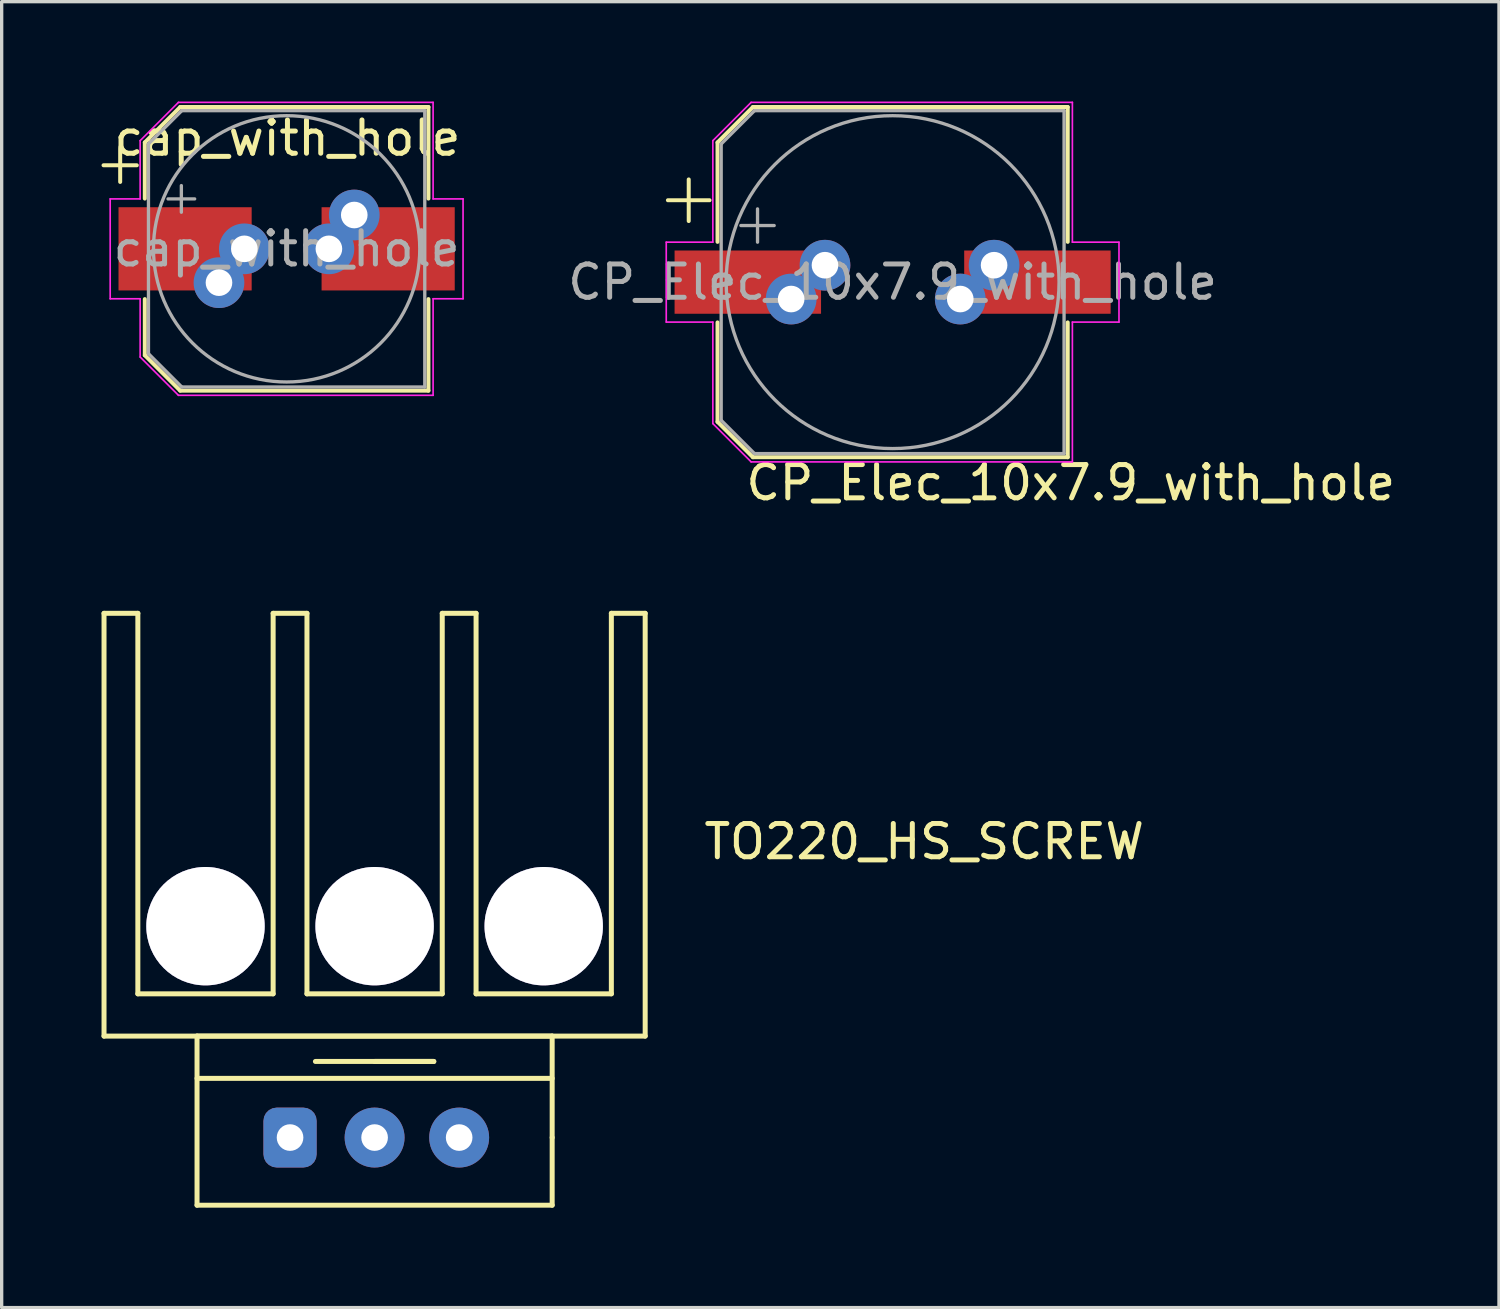
<source format=kicad_pcb>
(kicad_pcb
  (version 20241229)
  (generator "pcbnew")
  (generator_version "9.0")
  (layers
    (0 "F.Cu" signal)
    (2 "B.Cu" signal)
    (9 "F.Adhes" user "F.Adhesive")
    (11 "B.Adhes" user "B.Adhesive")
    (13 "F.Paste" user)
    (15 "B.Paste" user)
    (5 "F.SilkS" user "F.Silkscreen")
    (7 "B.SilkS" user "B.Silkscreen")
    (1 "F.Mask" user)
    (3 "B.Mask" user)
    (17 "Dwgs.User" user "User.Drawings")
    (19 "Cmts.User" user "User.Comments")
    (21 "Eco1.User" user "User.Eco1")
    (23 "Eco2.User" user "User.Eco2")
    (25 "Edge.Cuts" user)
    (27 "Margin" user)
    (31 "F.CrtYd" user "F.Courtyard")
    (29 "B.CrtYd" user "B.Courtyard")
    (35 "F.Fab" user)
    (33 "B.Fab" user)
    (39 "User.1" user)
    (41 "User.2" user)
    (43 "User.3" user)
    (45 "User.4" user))
  (footprint "TO220_HS_SCREW"
    (layer "F.Cu")
    (at 8.203 31.122)
    (property "Reference" "TO220_HS_SCREW" (at 16.51 -8.89 0) (layer "F.SilkS") (effects (font (size 1 1) (thickness 0.15))))
    (attr through_hole)
    (fp_line (start -8.128 -15.748) (end -8.128 -3.048) (stroke (width 0.15) (type solid)) (layer "F.SilkS"))
    (fp_line (start -8.128 -15.748) (end -7.112 -15.748) (stroke (width 0.15) (type solid)) (layer "F.SilkS"))
    (fp_line (start -7.112 -15.748) (end -7.112 -4.318) (stroke (width 0.15) (type solid)) (layer "F.SilkS"))
    (fp_line (start -7.112 -4.318) (end -3.048 -4.318) (stroke (width 0.15) (type solid)) (layer "F.SilkS"))
    (fp_line (start -5.334 -3.048) (end -5.334 2.032) (stroke (width 0.15) (type solid)) (layer "F.SilkS"))
    (fp_line (start -5.334 2.032) (end 5.334 2.032) (stroke (width 0.15) (type solid)) (layer "F.SilkS"))
    (fp_line (start -3.048 -15.748) (end -2.032 -15.748) (stroke (width 0.15) (type solid)) (layer "F.SilkS"))
    (fp_line (start -3.048 -4.318) (end -3.048 -15.748) (stroke (width 0.15) (type solid)) (layer "F.SilkS"))
    (fp_line (start -2.032 -15.748) (end -2.032 -4.318) (stroke (width 0.15) (type solid)) (layer "F.SilkS"))
    (fp_line (start -2.032 -4.318) (end 2.032 -4.318) (stroke (width 0.15) (type solid)) (layer "F.SilkS"))
    (fp_line (start 0 -2.286) (end 1.778 -2.286) (stroke (width 0.15) (type solid)) (layer "F.SilkS"))
    (fp_line (start 1.778 -2.286) (end -1.778 -2.286) (stroke (width 0.15) (type solid)) (layer "F.SilkS"))
    (fp_line (start 2.032 -15.748) (end 2.032 -4.318) (stroke (width 0.15) (type solid)) (layer "F.SilkS"))
    (fp_line (start 3.048 -15.748) (end 2.032 -15.748) (stroke (width 0.15) (type solid)) (layer "F.SilkS"))
    (fp_line (start 3.048 -4.318) (end 3.048 -15.748) (stroke (width 0.15) (type solid)) (layer "F.SilkS"))
    (fp_line (start 3.048 -4.318) (end 7.112 -4.318) (stroke (width 0.15) (type solid)) (layer "F.SilkS"))
    (fp_line (start 5.334 -3.048) (end -5.334 -3.048) (stroke (width 0.15) (type solid)) (layer "F.SilkS"))
    (fp_line (start 5.334 -1.778) (end -5.334 -1.778) (stroke (width 0.15) (type solid)) (layer "F.SilkS"))
    (fp_line (start 5.334 0) (end 5.334 -3.048) (stroke (width 0.15) (type solid)) (layer "F.SilkS"))
    (fp_line (start 5.334 2.032) (end 5.334 0) (stroke (width 0.15) (type solid)) (layer "F.SilkS"))
    (fp_line (start 7.112 -15.748) (end 7.112 -4.318) (stroke (width 0.15) (type solid)) (layer "F.SilkS"))
    (fp_line (start 8.128 -15.748) (end 7.112 -15.748) (stroke (width 0.15) (type solid)) (layer "F.SilkS"))
    (fp_line (start 8.128 -3.048) (end -8.128 -3.048) (stroke (width 0.15) (type solid)) (layer "F.SilkS"))
    (fp_line (start 8.128 -3.048) (end 8.128 -15.748) (stroke (width 0.15) (type solid)) (layer "F.SilkS"))
    (pad "1" thru_hole roundrect (at -2.54 0) (size 1.6 1.8) (drill 0.8) (layers "*.Cu" "*.Mask") (roundrect_rratio 0.25))
    (pad "2" thru_hole circle (at -5.08 -6.35) (size 3.556 3.556) (drill 3.556) (layers "*.Cu" "*.Mask"))
    (pad "2" thru_hole circle (at 0 -6.35) (size 3.556 3.556) (drill 3.556) (layers "*.Cu" "*.Mask"))
    (pad "2" thru_hole circle (at 0 0) (size 1.8 1.8) (drill 0.8) (layers "*.Cu" "*.Mask"))
    (pad "2" thru_hole circle (at 5.08 -6.35) (size 3.556 3.556) (drill 3.556) (layers "*.Cu" "*.Mask"))
    (pad "3" thru_hole circle (at 2.54 0) (size 1.8 1.8) (drill 0.8) (layers "*.Cu" "*.Mask")))
  (footprint "cap_with_hole"
    (layer "F.Cu")
    (at 5.56 4.425)
    (property "Reference" "cap_with_hole" (at 0.025 -3.327 0) (layer "F.SilkS") (effects (font (size 1 1) (thickness 0.15))))
    (attr smd)
    (fp_line (start -5.5 -2.51) (end -4.5 -2.51) (stroke (width 0.12) (type solid)) (layer "F.SilkS"))
    (fp_line (start -5 -3.01) (end -5 -2.01) (stroke (width 0.12) (type solid)) (layer "F.SilkS"))
    (fp_line (start -4.26 -3.196) (end -4.26 -1.51) (stroke (width 0.12) (type solid)) (layer "F.SilkS"))
    (fp_line (start -4.26 -3.196) (end -3.196 -4.26) (stroke (width 0.12) (type solid)) (layer "F.SilkS"))
    (fp_line (start -4.26 3.196) (end -4.26 1.51) (stroke (width 0.12) (type solid)) (layer "F.SilkS"))
    (fp_line (start -4.26 3.196) (end -3.196 4.26) (stroke (width 0.12) (type solid)) (layer "F.SilkS"))
    (fp_line (start -3.196 -4.26) (end 4.26 -4.26) (stroke (width 0.12) (type solid)) (layer "F.SilkS"))
    (fp_line (start -3.196 4.26) (end 4.26 4.26) (stroke (width 0.12) (type solid)) (layer "F.SilkS"))
    (fp_line (start 4.26 -4.26) (end 4.26 -1.51) (stroke (width 0.12) (type solid)) (layer "F.SilkS"))
    (fp_line (start 4.26 4.26) (end 4.26 1.51) (stroke (width 0.12) (type solid)) (layer "F.SilkS"))
    (fp_line (start -5.3 -1.5) (end -5.3 1.5) (stroke (width 0.05) (type solid)) (layer "F.CrtYd"))
    (fp_line (start -5.3 1.5) (end -4.4 1.5) (stroke (width 0.05) (type solid)) (layer "F.CrtYd"))
    (fp_line (start -4.4 -3.25) (end -4.4 -1.5) (stroke (width 0.05) (type solid)) (layer "F.CrtYd"))
    (fp_line (start -4.4 -3.25) (end -3.25 -4.4) (stroke (width 0.05) (type solid)) (layer "F.CrtYd"))
    (fp_line (start -4.4 -1.5) (end -5.3 -1.5) (stroke (width 0.05) (type solid)) (layer "F.CrtYd"))
    (fp_line (start -4.4 1.5) (end -4.4 3.25) (stroke (width 0.05) (type solid)) (layer "F.CrtYd"))
    (fp_line (start -4.4 3.25) (end -3.25 4.4) (stroke (width 0.05) (type solid)) (layer "F.CrtYd"))
    (fp_line (start -3.25 -4.4) (end 4.4 -4.4) (stroke (width 0.05) (type solid)) (layer "F.CrtYd"))
    (fp_line (start -3.25 4.4) (end 4.4 4.4) (stroke (width 0.05) (type solid)) (layer "F.CrtYd"))
    (fp_line (start 4.4 -4.4) (end 4.4 -1.5) (stroke (width 0.05) (type solid)) (layer "F.CrtYd"))
    (fp_line (start 4.4 -1.5) (end 5.3 -1.5) (stroke (width 0.05) (type solid)) (layer "F.CrtYd"))
    (fp_line (start 4.4 1.5) (end 4.4 4.4) (stroke (width 0.05) (type solid)) (layer "F.CrtYd"))
    (fp_line (start 5.3 -1.5) (end 5.3 1.5) (stroke (width 0.05) (type solid)) (layer "F.CrtYd"))
    (fp_line (start 5.3 1.5) (end 4.4 1.5) (stroke (width 0.05) (type solid)) (layer "F.CrtYd"))
    (fp_line (start -4.15 -3.15) (end -4.15 3.15) (stroke (width 0.1) (type solid)) (layer "F.Fab"))
    (fp_line (start -4.15 -3.15) (end -3.15 -4.15) (stroke (width 0.1) (type solid)) (layer "F.Fab"))
    (fp_line (start -4.15 3.15) (end -3.15 4.15) (stroke (width 0.1) (type solid)) (layer "F.Fab"))
    (fp_line (start -3.562 -1.5) (end -2.762 -1.5) (stroke (width 0.1) (type solid)) (layer "F.Fab"))
    (fp_line (start -3.162 -1.9) (end -3.162 -1.1) (stroke (width 0.1) (type solid)) (layer "F.Fab"))
    (fp_line (start -3.15 -4.15) (end 4.15 -4.15) (stroke (width 0.1) (type solid)) (layer "F.Fab"))
    (fp_line (start -3.15 4.15) (end 4.15 4.15) (stroke (width 0.1) (type solid)) (layer "F.Fab"))
    (fp_line (start 4.15 -4.15) (end 4.15 4.15) (stroke (width 0.1) (type solid)) (layer "F.Fab"))
    (fp_circle (center 0 0) (end 4 0) (stroke (width 0.1) (type solid)) (fill no) (layer "F.Fab"))
    (fp_text user "${REFERENCE}" (at 0 0 0) (layer "F.Fab") (effects (font (size 1 1) (thickness 0.15))))
    (pad "1" smd rect (at -3.05 0) (size 4 2.5) (layers "F.Cu" "F.Mask" "F.Paste"))
    (pad "1" thru_hole circle (at -2.032 1.016) (size 1.524 1.524) (drill 0.8) (layers "*.Cu" "*.Mask"))
    (pad "1" thru_hole circle (at -1.27 0) (size 1.524 1.524) (drill 0.8) (layers "*.Cu" "*.Mask"))
    (pad "2" thru_hole circle (at 1.27 0) (size 1.524 1.524) (drill 0.8) (layers "*.Cu" "*.Mask"))
    (pad "2" thru_hole circle (at 2.032 -1.016) (size 1.524 1.524) (drill 0.8) (layers "*.Cu" "*.Mask"))
    (pad "2" smd rect (at 3.05 0) (size 4 2.5) (layers "F.Cu" "F.Mask" "F.Paste")))
  (footprint "CP_Elec_10x7.9_with_hole"
    (layer "F.Cu")
    (at 23.764 5.425)
    (property "Reference" "CP_Elec_10x7.9_with_hole" (at 5.352 6.025 0) (layer "F.SilkS") (effects (font (size 1 1) (thickness 0.15))))
    (attr smd)
    (fp_line (start -6.75 -2.46) (end -5.5 -2.46) (stroke (width 0.12) (type solid)) (layer "F.SilkS"))
    (fp_line (start -6.125 -3.085) (end -6.125 -1.835) (stroke (width 0.12) (type solid)) (layer "F.SilkS"))
    (fp_line (start -5.26 -4.196) (end -5.26 -1.21) (stroke (width 0.12) (type solid)) (layer "F.SilkS"))
    (fp_line (start -5.26 -4.196) (end -4.196 -5.26) (stroke (width 0.12) (type solid)) (layer "F.SilkS"))
    (fp_line (start -5.26 4.196) (end -5.26 1.21) (stroke (width 0.12) (type solid)) (layer "F.SilkS"))
    (fp_line (start -5.26 4.196) (end -4.196 5.26) (stroke (width 0.12) (type solid)) (layer "F.SilkS"))
    (fp_line (start -4.196 -5.26) (end 5.26 -5.26) (stroke (width 0.12) (type solid)) (layer "F.SilkS"))
    (fp_line (start -4.196 5.26) (end 5.26 5.26) (stroke (width 0.12) (type solid)) (layer "F.SilkS"))
    (fp_line (start 5.26 -5.26) (end 5.26 -1.21) (stroke (width 0.12) (type solid)) (layer "F.SilkS"))
    (fp_line (start 5.26 5.26) (end 5.26 1.21) (stroke (width 0.12) (type solid)) (layer "F.SilkS"))
    (fp_line (start -6.8 -1.2) (end -6.8 1.2) (stroke (width 0.05) (type solid)) (layer "F.CrtYd"))
    (fp_line (start -6.8 1.2) (end -5.4 1.2) (stroke (width 0.05) (type solid)) (layer "F.CrtYd"))
    (fp_line (start -5.4 -4.25) (end -5.4 -1.2) (stroke (width 0.05) (type solid)) (layer "F.CrtYd"))
    (fp_line (start -5.4 -4.25) (end -4.25 -5.4) (stroke (width 0.05) (type solid)) (layer "F.CrtYd"))
    (fp_line (start -5.4 -1.2) (end -6.8 -1.2) (stroke (width 0.05) (type solid)) (layer "F.CrtYd"))
    (fp_line (start -5.4 1.2) (end -5.4 4.25) (stroke (width 0.05) (type solid)) (layer "F.CrtYd"))
    (fp_line (start -5.4 4.25) (end -4.25 5.4) (stroke (width 0.05) (type solid)) (layer "F.CrtYd"))
    (fp_line (start -4.25 -5.4) (end 5.4 -5.4) (stroke (width 0.05) (type solid)) (layer "F.CrtYd"))
    (fp_line (start -4.25 5.4) (end 5.4 5.4) (stroke (width 0.05) (type solid)) (layer "F.CrtYd"))
    (fp_line (start 5.4 -5.4) (end 5.4 -1.2) (stroke (width 0.05) (type solid)) (layer "F.CrtYd"))
    (fp_line (start 5.4 -1.2) (end 6.8 -1.2) (stroke (width 0.05) (type solid)) (layer "F.CrtYd"))
    (fp_line (start 5.4 1.2) (end 5.4 5.4) (stroke (width 0.05) (type solid)) (layer "F.CrtYd"))
    (fp_line (start 6.8 -1.2) (end 6.8 1.2) (stroke (width 0.05) (type solid)) (layer "F.CrtYd"))
    (fp_line (start 6.8 1.2) (end 5.4 1.2) (stroke (width 0.05) (type solid)) (layer "F.CrtYd"))
    (fp_line (start -5.15 -4.15) (end -5.15 4.15) (stroke (width 0.1) (type solid)) (layer "F.Fab"))
    (fp_line (start -5.15 -4.15) (end -4.15 -5.15) (stroke (width 0.1) (type solid)) (layer "F.Fab"))
    (fp_line (start -5.15 4.15) (end -4.15 5.15) (stroke (width 0.1) (type solid)) (layer "F.Fab"))
    (fp_line (start -4.558 -1.7) (end -3.558 -1.7) (stroke (width 0.1) (type solid)) (layer "F.Fab"))
    (fp_line (start -4.15 -5.15) (end 5.15 -5.15) (stroke (width 0.1) (type solid)) (layer "F.Fab"))
    (fp_line (start -4.15 5.15) (end 5.15 5.15) (stroke (width 0.1) (type solid)) (layer "F.Fab"))
    (fp_line (start -4.058 -2.2) (end -4.058 -1.2) (stroke (width 0.1) (type solid)) (layer "F.Fab"))
    (fp_line (start 5.15 -5.15) (end 5.15 5.15) (stroke (width 0.1) (type solid)) (layer "F.Fab"))
    (fp_circle (center 0 0) (end 5 0) (stroke (width 0.1) (type solid)) (fill no) (layer "F.Fab"))
    (fp_text user "${REFERENCE}" (at 0 0 0) (layer "F.Fab") (effects (font (size 1 1) (thickness 0.15))))
    (pad "1" smd rect (at -4.35 0) (size 4.4 1.9) (layers "F.Cu" "F.Mask" "F.Paste"))
    (pad "1" thru_hole circle (at -3.048 0.508) (size 1.524 1.524) (drill 0.8) (layers "*.Cu" "*.Mask"))
    (pad "1" thru_hole circle (at -2.032 -0.508) (size 1.524 1.524) (drill 0.8) (layers "*.Cu" "*.Mask"))
    (pad "2" thru_hole circle (at 2.032 0.508) (size 1.524 1.524) (drill 0.8) (layers "*.Cu" "*.Mask"))
    (pad "2" thru_hole circle (at 3.048 -0.508) (size 1.524 1.524) (drill 0.8) (layers "*.Cu" "*.Mask"))
    (pad "2" smd rect (at 4.35 0) (size 4.4 1.9) (layers "F.Cu" "F.Mask" "F.Paste")))
  (gr_rect
    (start -3 -3)
    (end 41.979 36.229)
    (stroke (width 0.1) (type default))
    (fill no)
    (layer "Edge.Cuts")))
</source>
